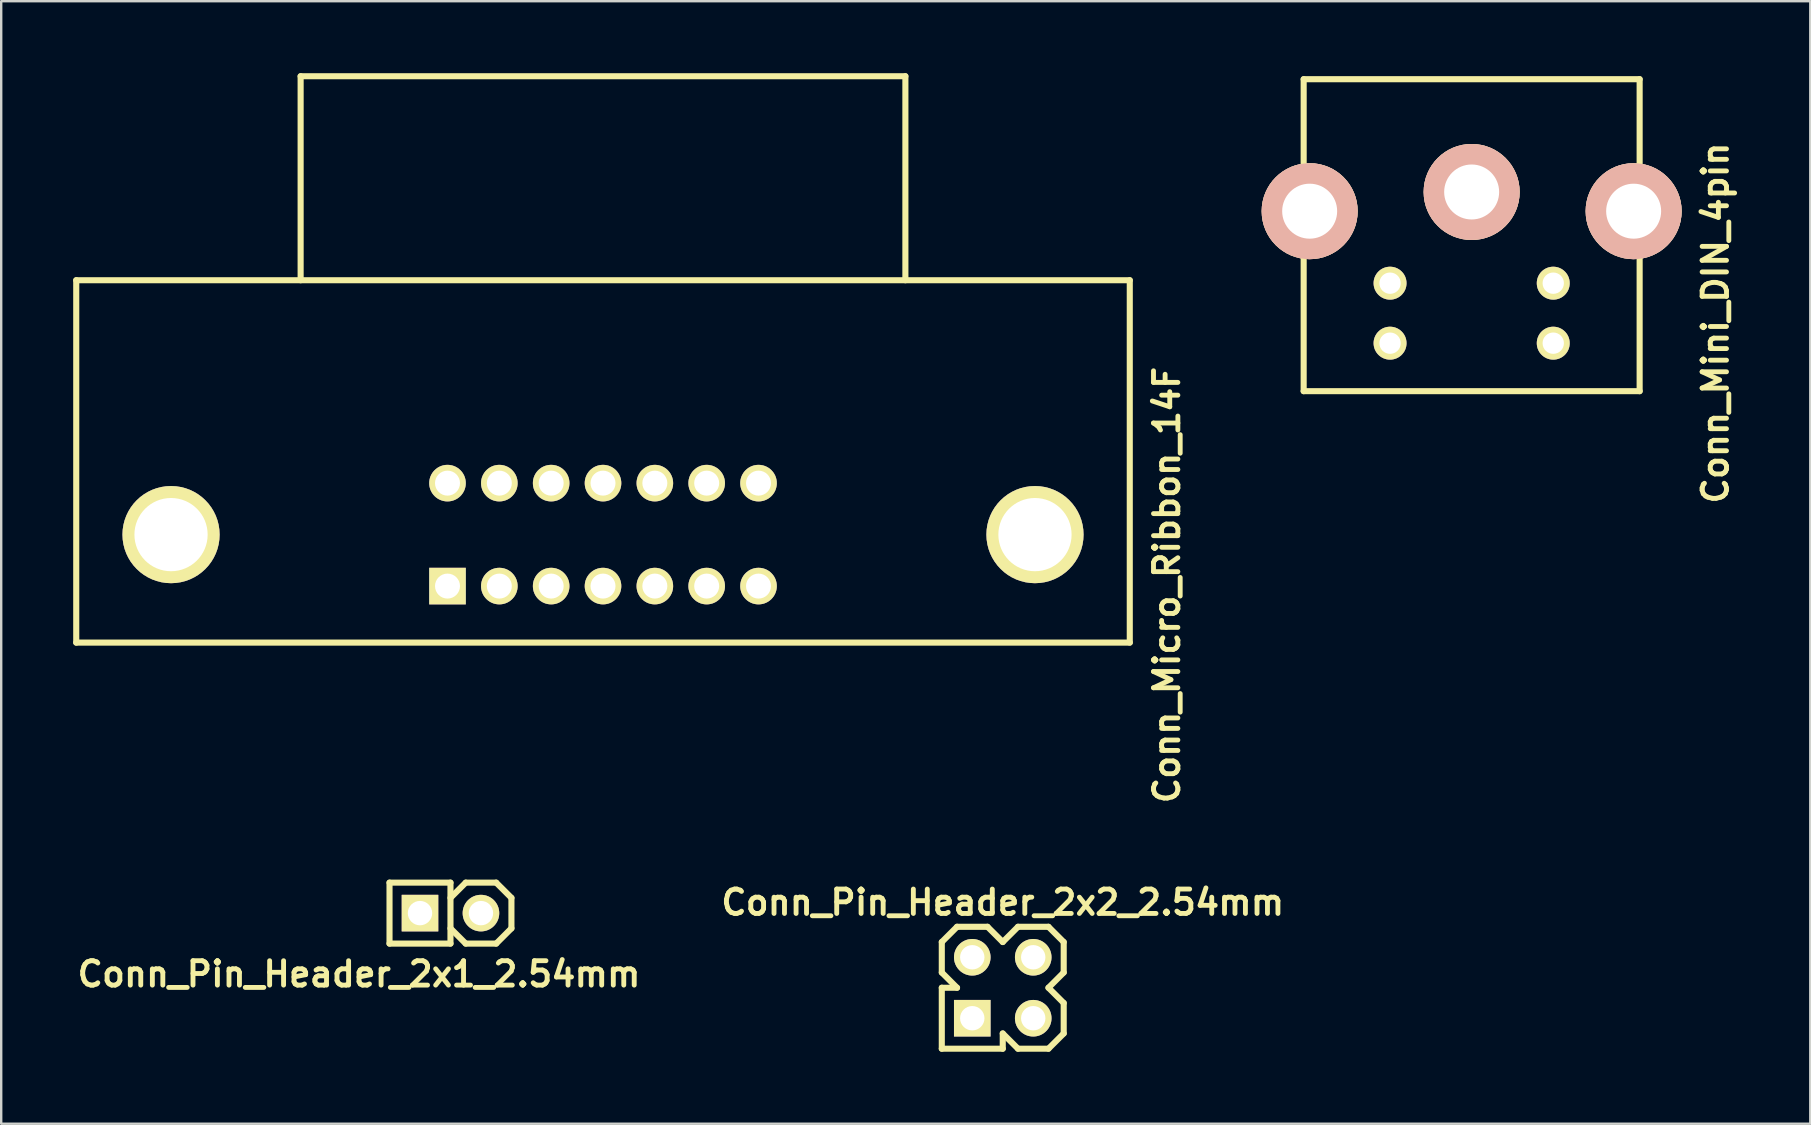
<source format=kicad_pcb>
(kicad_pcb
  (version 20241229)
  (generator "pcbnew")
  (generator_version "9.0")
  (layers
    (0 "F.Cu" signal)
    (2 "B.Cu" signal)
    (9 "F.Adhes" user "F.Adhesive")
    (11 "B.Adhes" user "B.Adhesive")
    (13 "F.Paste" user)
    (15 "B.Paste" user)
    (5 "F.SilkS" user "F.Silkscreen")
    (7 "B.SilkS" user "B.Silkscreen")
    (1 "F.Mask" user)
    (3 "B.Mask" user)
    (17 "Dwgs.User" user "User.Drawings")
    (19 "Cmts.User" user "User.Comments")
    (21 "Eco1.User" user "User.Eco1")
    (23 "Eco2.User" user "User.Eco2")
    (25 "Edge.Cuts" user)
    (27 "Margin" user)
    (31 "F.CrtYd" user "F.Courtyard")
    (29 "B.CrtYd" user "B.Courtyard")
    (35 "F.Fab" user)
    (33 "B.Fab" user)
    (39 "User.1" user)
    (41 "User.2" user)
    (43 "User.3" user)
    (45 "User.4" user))
  (footprint "Conn_Pin_Header_2x1_2.54mm"
    (layer "F.Cu")
    (at 15.721 34.999)
    (property "Reference" "Conn_Pin_Header_2x1_2.54mm" (at -3.81 2.54 0) (layer "F.SilkS") (effects (font (size 1.016 1.016) (thickness 0.203))))
    (attr through_hole)
    (fp_line (start -2.54 -1.27) (end 0 -1.27) (stroke (width 0.254) (type solid)) (layer "F.SilkS"))
    (fp_line (start -2.54 1.27) (end -2.54 -1.27) (stroke (width 0.254) (type solid)) (layer "F.SilkS"))
    (fp_line (start 0 -0.635) (end 0.635 -1.27) (stroke (width 0.254) (type solid)) (layer "F.SilkS"))
    (fp_line (start 0 1.27) (end -2.54 1.27) (stroke (width 0.254) (type solid)) (layer "F.SilkS"))
    (fp_line (start 0 1.27) (end 0 -1.27) (stroke (width 0.254) (type solid)) (layer "F.SilkS"))
    (fp_line (start 0.635 -1.27) (end 1.905 -1.27) (stroke (width 0.254) (type solid)) (layer "F.SilkS"))
    (fp_line (start 0.635 1.27) (end 0 0.635) (stroke (width 0.254) (type solid)) (layer "F.SilkS"))
    (fp_line (start 1.905 -1.27) (end 2.54 -0.635) (stroke (width 0.254) (type solid)) (layer "F.SilkS"))
    (fp_line (start 1.905 1.27) (end 0.635 1.27) (stroke (width 0.254) (type solid)) (layer "F.SilkS"))
    (fp_line (start 2.54 -0.635) (end 2.54 0.635) (stroke (width 0.254) (type solid)) (layer "F.SilkS"))
    (fp_line (start 2.54 0.635) (end 1.905 1.27) (stroke (width 0.254) (type solid)) (layer "F.SilkS"))
    (pad "1" thru_hole rect (at -1.27 0) (size 1.524 1.524) (drill 1.016) (layers "*.Cu" "*.Mask" "F.SilkS"))
    (pad "2" thru_hole circle (at 1.27 0) (size 1.524 1.524) (drill 1.016) (layers "*.Cu" "*.Mask" "F.SilkS")))
  (footprint "Conn_Pin_Header_2x2_2.54mm"
    (layer "F.Cu")
    (at 38.734 38.109)
    (property "Reference" "Conn_Pin_Header_2x2_2.54mm" (at 0 -3.556 0) (layer "F.SilkS") (effects (font (size 1.016 1.016) (thickness 0.203))))
    (attr through_hole)
    (fp_line (start -2.54 -1.905) (end -1.905 -2.54) (stroke (width 0.254) (type solid)) (layer "F.SilkS"))
    (fp_line (start -2.54 -0.635) (end -2.54 -1.905) (stroke (width 0.254) (type solid)) (layer "F.SilkS"))
    (fp_line (start -2.54 0) (end -1.905 0) (stroke (width 0.254) (type solid)) (layer "F.SilkS"))
    (fp_line (start -2.54 2.54) (end -2.54 0) (stroke (width 0.254) (type solid)) (layer "F.SilkS"))
    (fp_line (start -1.905 -2.54) (end -0.635 -2.54) (stroke (width 0.254) (type solid)) (layer "F.SilkS"))
    (fp_line (start -1.905 0) (end -2.54 -0.635) (stroke (width 0.254) (type solid)) (layer "F.SilkS"))
    (fp_line (start -0.635 -2.54) (end 0 -1.905) (stroke (width 0.254) (type solid)) (layer "F.SilkS"))
    (fp_line (start 0 -1.905) (end 0.635 -2.54) (stroke (width 0.254) (type solid)) (layer "F.SilkS"))
    (fp_line (start 0 2.54) (end -2.54 2.54) (stroke (width 0.254) (type solid)) (layer "F.SilkS"))
    (fp_line (start 0 2.54) (end 0 1.905) (stroke (width 0.254) (type solid)) (layer "F.SilkS"))
    (fp_line (start 0.635 -2.54) (end 1.905 -2.54) (stroke (width 0.254) (type solid)) (layer "F.SilkS"))
    (fp_line (start 0.635 2.54) (end 0 1.905) (stroke (width 0.254) (type solid)) (layer "F.SilkS"))
    (fp_line (start 1.905 -2.54) (end 2.54 -1.905) (stroke (width 0.254) (type solid)) (layer "F.SilkS"))
    (fp_line (start 1.905 0) (end 2.54 -0.635) (stroke (width 0.254) (type solid)) (layer "F.SilkS"))
    (fp_line (start 1.905 2.54) (end 0.635 2.54) (stroke (width 0.254) (type solid)) (layer "F.SilkS"))
    (fp_line (start 2.54 -0.635) (end 2.54 -1.905) (stroke (width 0.254) (type solid)) (layer "F.SilkS"))
    (fp_line (start 2.54 0.635) (end 1.905 0) (stroke (width 0.254) (type solid)) (layer "F.SilkS"))
    (fp_line (start 2.54 1.905) (end 1.905 2.54) (stroke (width 0.254) (type solid)) (layer "F.SilkS"))
    (fp_line (start 2.54 1.905) (end 2.54 0.635) (stroke (width 0.254) (type solid)) (layer "F.SilkS"))
    (pad "1" thru_hole rect (at -1.27 1.27) (size 1.524 1.524) (drill 1.016) (layers "*.Cu" "*.Mask" "F.SilkS"))
    (pad "2" thru_hole circle (at -1.27 -1.27) (size 1.524 1.524) (drill 1.016) (layers "*.Cu" "*.Mask" "F.SilkS"))
    (pad "3" thru_hole circle (at 1.27 1.27) (size 1.524 1.524) (drill 1.016) (layers "*.Cu" "*.Mask" "F.SilkS"))
    (pad "4" thru_hole circle (at 1.27 -1.27) (size 1.524 1.524) (drill 1.016) (layers "*.Cu" "*.Mask" "F.SilkS")))
  (footprint "Conn_Micro_Ribbon_14F"
    (layer "F.Cu")
    (at 22.077 8.627)
    (property "Reference" "Conn_Micro_Ribbon_14F" (at 23.495 12.7 90) (layer "F.SilkS") (effects (font (size 1.016 1.016) (thickness 0.203))))
    (attr through_hole)
    (fp_line (start -21.95 0) (end -21.95 15.1) (stroke (width 0.254) (type solid)) (layer "F.SilkS"))
    (fp_line (start -21.95 0) (end 21.95 0) (stroke (width 0.254) (type solid)) (layer "F.SilkS"))
    (fp_line (start -21.95 15.1) (end 21.95 15.1) (stroke (width 0.254) (type solid)) (layer "F.SilkS"))
    (fp_line (start -12.6 -8.5) (end -12.6 0) (stroke (width 0.254) (type solid)) (layer "F.SilkS"))
    (fp_line (start -12.6 -8.5) (end 12.6 -8.5) (stroke (width 0.254) (type solid)) (layer "F.SilkS"))
    (fp_line (start 12.6 -8.5) (end 12.6 0) (stroke (width 0.254) (type solid)) (layer "F.SilkS"))
    (fp_line (start 21.95 0) (end 21.95 15.1) (stroke (width 0.254) (type solid)) (layer "F.SilkS"))
    (pad "1" thru_hole rect (at -6.48 12.745) (size 1.524 1.524) (drill 1.041) (layers "*.Cu" "*.Mask" "F.SilkS"))
    (pad "2" thru_hole circle (at -4.32 12.745) (size 1.524 1.524) (drill 1.041) (layers "*.Cu" "*.Mask" "F.SilkS"))
    (pad "3" thru_hole circle (at -2.16 12.745) (size 1.524 1.524) (drill 1.041) (layers "*.Cu" "*.Mask" "F.SilkS"))
    (pad "4" thru_hole circle (at 0 12.745) (size 1.524 1.524) (drill 1.041) (layers "*.Cu" "*.Mask" "F.SilkS"))
    (pad "5" thru_hole circle (at 2.16 12.745) (size 1.524 1.524) (drill 1.041) (layers "*.Cu" "*.Mask" "F.SilkS"))
    (pad "6" thru_hole circle (at 4.32 12.745) (size 1.524 1.524) (drill 1.041) (layers "*.Cu" "*.Mask" "F.SilkS"))
    (pad "7" thru_hole circle (at 6.48 12.745) (size 1.524 1.524) (drill 1.041) (layers "*.Cu" "*.Mask" "F.SilkS"))
    (pad "8" thru_hole circle (at -6.48 8.455) (size 1.524 1.524) (drill 1.041) (layers "*.Cu" "*.Mask" "F.SilkS"))
    (pad "9" thru_hole circle (at -4.32 8.455) (size 1.524 1.524) (drill 1.041) (layers "*.Cu" "*.Mask" "F.SilkS"))
    (pad "10" thru_hole circle (at -2.16 8.455) (size 1.524 1.524) (drill 1.041) (layers "*.Cu" "*.Mask" "F.SilkS"))
    (pad "11" thru_hole circle (at 0 8.455) (size 1.524 1.524) (drill 1.041) (layers "*.Cu" "*.Mask" "F.SilkS"))
    (pad "12" thru_hole circle (at 2.16 8.455) (size 1.524 1.524) (drill 1.041) (layers "*.Cu" "*.Mask" "F.SilkS"))
    (pad "13" thru_hole circle (at 4.32 8.455) (size 1.524 1.524) (drill 1.041) (layers "*.Cu" "*.Mask" "F.SilkS"))
    (pad "14" thru_hole circle (at 6.48 8.455) (size 1.524 1.524) (drill 1.041) (layers "*.Cu" "*.Mask" "F.SilkS"))
    (pad "GND" thru_hole circle (at -18 10.6) (size 4.049 4.049) (drill 3.051) (layers "*.Cu" "*.Mask" "F.SilkS"))
    (pad "GND" thru_hole circle (at 18 10.6) (size 4.049 4.049) (drill 3.051) (layers "*.Cu" "*.Mask" "F.SilkS")))
  (footprint "Conn_Mini_DIN_4pin"
    (layer "F.Cu")
    (at 58.273 0.25)
    (property "Reference" "Conn_Mini_DIN_4pin" (at 10.16 10.16 90) (layer "F.SilkS") (effects (font (size 1.016 1.016) (thickness 0.203))))
    (attr through_hole)
    (fp_line (start -7 0) (end 7 0) (stroke (width 0.254) (type solid)) (layer "F.SilkS"))
    (fp_line (start -7 13) (end -7 0) (stroke (width 0.254) (type solid)) (layer "F.SilkS"))
    (fp_line (start 7 0) (end 7 13) (stroke (width 0.254) (type solid)) (layer "F.SilkS"))
    (fp_line (start 7 13) (end -7 13) (stroke (width 0.254) (type solid)) (layer "F.SilkS"))
    (pad "1" thru_hole circle (at -3.4 8.5 180) (size 1.372 1.372) (drill 0.889) (layers "*.Cu" "*.Mask" "F.SilkS"))
    (pad "2" thru_hole circle (at 3.4 8.5 180) (size 1.372 1.372) (drill 0.889) (layers "*.Cu" "*.Mask" "F.SilkS"))
    (pad "3" thru_hole circle (at -3.4 11 180) (size 1.372 1.372) (drill 0.889) (layers "*.Cu" "*.Mask" "F.SilkS"))
    (pad "4" thru_hole circle (at 3.4 11 180) (size 1.372 1.372) (drill 0.889) (layers "*.Cu" "*.Mask" "F.SilkS"))
    (pad "~" thru_hole circle (at -6.75 5.5 180) (size 4 4) (drill 2.291) (layers "*.Cu" "*.SilkS" "*.Mask"))
    (pad "~" thru_hole circle (at 0 4.7 180) (size 4 4) (drill 2.291) (layers "*.Cu" "*.SilkS" "*.Mask"))
    (pad "~" thru_hole circle (at 6.75 5.5 180) (size 4 4) (drill 2.291) (layers "*.Cu" "*.SilkS" "*.Mask")))
  (gr_rect
    (start -3 -3)
    (end 72.384 43.776)
    (stroke (width 0.1) (type default))
    (fill no)
    (layer "Edge.Cuts")))
</source>
